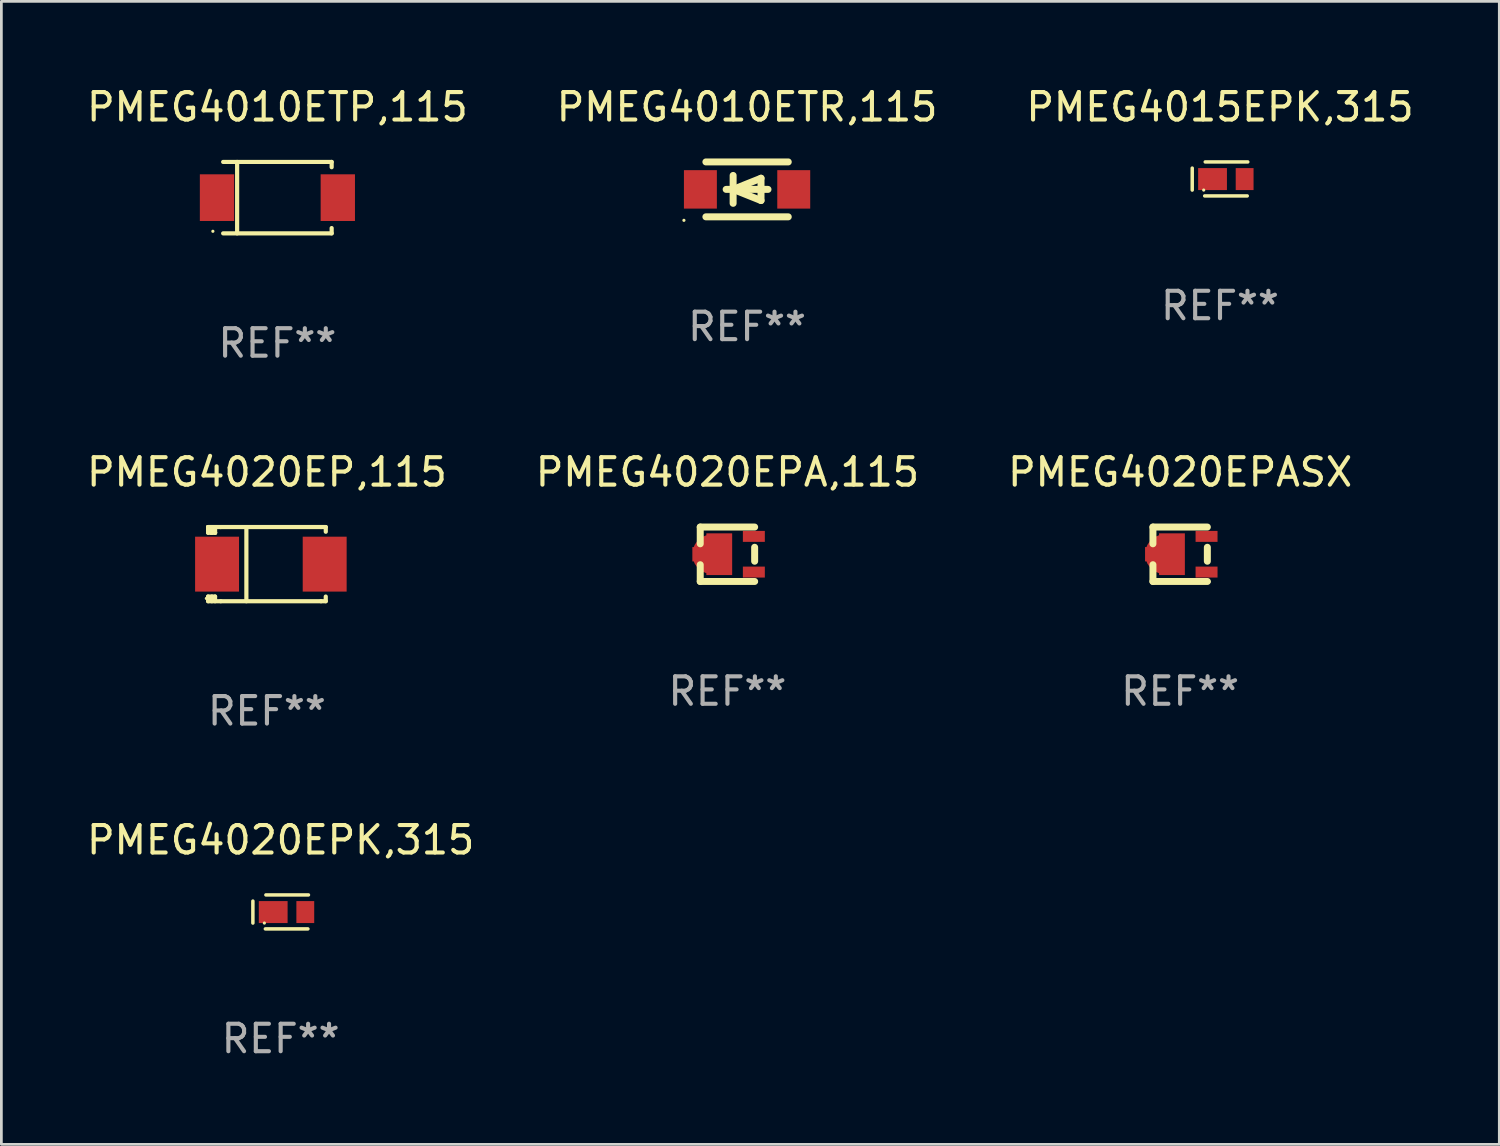
<source format=kicad_pcb>
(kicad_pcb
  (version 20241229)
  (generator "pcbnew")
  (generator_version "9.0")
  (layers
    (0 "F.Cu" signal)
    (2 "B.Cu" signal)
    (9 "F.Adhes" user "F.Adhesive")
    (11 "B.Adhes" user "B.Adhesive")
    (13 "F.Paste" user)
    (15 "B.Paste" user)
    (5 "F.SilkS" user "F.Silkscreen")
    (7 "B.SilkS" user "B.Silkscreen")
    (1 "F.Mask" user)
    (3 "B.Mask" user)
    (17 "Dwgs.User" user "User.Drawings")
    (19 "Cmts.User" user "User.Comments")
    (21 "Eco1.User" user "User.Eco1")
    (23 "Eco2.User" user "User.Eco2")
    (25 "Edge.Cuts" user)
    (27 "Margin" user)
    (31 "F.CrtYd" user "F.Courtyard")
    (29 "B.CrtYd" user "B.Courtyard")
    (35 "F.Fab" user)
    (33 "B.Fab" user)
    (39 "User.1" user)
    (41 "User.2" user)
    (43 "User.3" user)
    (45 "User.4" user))
  (footprint "PMEG4015EPK,315"
    (layer "F.Cu")
    (at 41.387 3.467)
    (property "Reference" "PMEG4015EPK,315" (at 0 -2.619 0) (layer "F.SilkS") (effects (font (size 1 1) (thickness 0.15))))
    (attr through_hole)
    (fp_line (start -1.012 -0.394) (end -1.012 0.406) (stroke (width 0.127) (type solid)) (layer "F.SilkS"))
    (fp_line (start -0.558 0.619) (end 0.992 0.619) (stroke (width 0.127) (type solid)) (layer "F.SilkS"))
    (fp_line (start -0.538 -0.619) (end 1.012 -0.619) (stroke (width 0.127) (type solid)) (layer "F.SilkS"))
    (fp_circle (center -0.594 0.406) (end -0.564 0.406) (stroke (width 0.06) (type solid)) (fill no) (layer "F.SilkS"))
    (fp_text user "REF**" (at 0 4.619 0) (layer "F.Fab") (effects (font (size 1 1) (thickness 0.15))))
    (pad "1" smd rect (at -0.272 0.006) (size 1.049 0.8) (layers "F.Cu" "F.Mask" "F.Paste"))
    (pad "2" smd rect (at 0.897 0.006) (size 0.65 0.8) (layers "F.Cu" "F.Mask" "F.Paste")))
  (footprint "PMEG4020EPASX"
    (layer "F.Cu")
    (at 39.935 17.138)
    (property "Reference" "PMEG4020EPASX" (at 0 -2.991 0) (layer "F.SilkS") (effects (font (size 1 1) (thickness 0.15))))
    (attr through_hole)
    (fp_line (start -0.991 -0.991) (end -0.991 -0.381) (stroke (width 0.254) (type solid)) (layer "F.SilkS"))
    (fp_line (start -0.991 0.381) (end -0.991 0.991) (stroke (width 0.254) (type solid)) (layer "F.SilkS"))
    (fp_line (start -0.991 0.991) (end 0.991 0.991) (stroke (width 0.254) (type solid)) (layer "F.SilkS"))
    (fp_line (start 0.991 -0.991) (end -0.991 -0.991) (stroke (width 0.254) (type solid)) (layer "F.SilkS"))
    (fp_line (start 0.991 -0.254) (end 0.991 0.254) (stroke (width 0.254) (type solid)) (layer "F.SilkS"))
    (fp_circle (center 1.054 0.999) (end 1.084 0.999) (stroke (width 0.06) (type solid)) (fill no) (layer "F.SilkS"))
    (fp_text user "REF**" (at 0 4.991 0) (layer "F.Fab") (effects (font (size 1 1) (thickness 0.15))))
    (pad "1" smd rect (at 0.962 0.649 270) (size 0.399 0.8) (layers "F.Cu" "F.Mask" "F.Paste"))
    (pad "2" smd rect (at 0.962 -0.651 270) (size 0.399 0.8) (layers "F.Cu" "F.Mask" "F.Paste"))
    (pad "3" smd custom (at -0.553 -0.001) (size 1.45 1.52) (layers "F.Cu" "F.Mask" "F.Paste") (options (anchor circle)) (primitives (gr_poly (pts (xy -0.725 -0.26) (xy -0.225 -0.26) (xy -0.215 -0.26) (xy -0.215 -0.76) (xy 0.725 -0.76) (xy 0.725 0.75) (xy 0.725 0.76) (xy -0.205 0.76) (xy -0.215 0.76) (xy -0.215 0.75) (xy -0.215 0.26) (xy -0.725 0.26)) (width 0) (fill yes)))))
  (footprint "PMEG4020EP,115"
    (layer "F.Cu")
    (at 6.673 17.498)
    (property "Reference" "PMEG4020EP,115" (at 0 -3.351 0) (layer "F.SilkS") (effects (font (size 1 1) (thickness 0.15))))
    (attr through_hole)
    (fp_line (start -2.143 -1.351) (end -2.143 -1.27) (stroke (width 0.152) (type solid)) (layer "F.SilkS"))
    (fp_line (start -2.143 -1.351) (end -2.143 -1.143) (stroke (width 0.152) (type solid)) (layer "F.SilkS"))
    (fp_line (start -2.143 -1.27) (end -2.016 -1.27) (stroke (width 0.152) (type solid)) (layer "F.SilkS"))
    (fp_line (start -2.143 -1.18) (end -2.143 -1.351) (stroke (width 0.152) (type solid)) (layer "F.SilkS"))
    (fp_line (start -2.143 -1.143) (end -2.016 -1.143) (stroke (width 0.152) (type solid)) (layer "F.SilkS"))
    (fp_line (start -2.143 1.351) (end -2.143 1.18) (stroke (width 0.152) (type solid)) (layer "F.SilkS"))
    (fp_line (start -2.016 -1.27) (end -2.016 -1.18) (stroke (width 0.152) (type solid)) (layer "F.SilkS"))
    (fp_line (start -2.016 -1.18) (end -1.897 -1.18) (stroke (width 0.152) (type solid)) (layer "F.SilkS"))
    (fp_line (start -2.016 -1.143) (end -2.016 -1.18) (stroke (width 0.152) (type solid)) (layer "F.SilkS"))
    (fp_line (start -2.016 -1.143) (end -2.007 -1.143) (stroke (width 0.152) (type solid)) (layer "F.SilkS"))
    (fp_line (start -2.007 -1.143) (end -2.007 -1.143) (stroke (width 0.152) (type solid)) (layer "F.SilkS"))
    (fp_line (start -2.007 1.18) (end -2.007 1.351) (stroke (width 0.152) (type solid)) (layer "F.SilkS"))
    (fp_line (start -1.89 -1.143) (end -1.89 -1.143) (stroke (width 0.152) (type solid)) (layer "F.SilkS"))
    (fp_line (start -1.89 1.18) (end -2.143 1.18) (stroke (width 0.152) (type solid)) (layer "F.SilkS"))
    (fp_line (start -1.89 1.18) (end -1.89 1.351) (stroke (width 0.152) (type solid)) (layer "F.SilkS"))
    (fp_line (start -1.889 -1.143) (end -2.016 -1.143) (stroke (width 0.152) (type solid)) (layer "F.SilkS"))
    (fp_line (start -1.889 -1.143) (end -1.89 -1.143) (stroke (width 0.152) (type solid)) (layer "F.SilkS"))
    (fp_line (start -1.889 -1.143) (end -1.889 -1.314) (stroke (width 0.152) (type solid)) (layer "F.SilkS"))
    (fp_line (start -1.683 -1.351) (end -2.143 -1.351) (stroke (width 0.152) (type solid)) (layer "F.SilkS"))
    (fp_line (start -1.683 -1.351) (end 1.969 -1.351) (stroke (width 0.152) (type solid)) (layer "F.SilkS"))
    (fp_line (start -1.683 1.351) (end -2.143 1.351) (stroke (width 0.152) (type solid)) (layer "F.SilkS"))
    (fp_line (start -1.683 1.351) (end 1.969 1.351) (stroke (width 0.152) (type solid)) (layer "F.SilkS"))
    (fp_line (start -0.749 -1.351) (end -0.749 1.351) (stroke (width 0.152) (type solid)) (layer "F.SilkS"))
    (fp_line (start 1.969 -1.351) (end 2.143 -1.351) (stroke (width 0.152) (type solid)) (layer "F.SilkS"))
    (fp_line (start 2.142 1.181) (end 2.142 1.351) (stroke (width 0.152) (type solid)) (layer "F.SilkS"))
    (fp_line (start 2.142 1.351) (end 1.969 1.351) (stroke (width 0.152) (type solid)) (layer "F.SilkS"))
    (fp_line (start 2.143 -1.351) (end 2.143 -1.18) (stroke (width 0.152) (type solid)) (layer "F.SilkS"))
    (fp_circle (center -2.207 1.25) (end -2.177 1.25) (stroke (width 0.06) (type solid)) (fill no) (layer "F.SilkS"))
    (fp_text user "REF**" (at 0 5.351 0) (layer "F.Fab") (effects (font (size 1 1) (thickness 0.15))))
    (pad "1" smd rect (at -1.817 0.000102) (size 1.6 2) (layers "F.Cu" "F.Mask" "F.Paste"))
    (pad "2" smd rect (at 2.103 0.000102) (size 1.6 2) (layers "F.Cu" "F.Mask" "F.Paste")))
  (footprint "PMEG4010ETR,115"
    (layer "F.Cu")
    (at 24.161 3.848)
    (property "Reference" "PMEG4010ETR,115" (at 0 -3 0) (layer "F.SilkS") (effects (font (size 1 1) (thickness 0.15))))
    (attr through_hole)
    (fp_line (start -1.5 -1) (end 1.5 -1) (stroke (width 0.254) (type solid)) (layer "F.SilkS"))
    (fp_line (start -1.5 1) (end 1.5 1) (stroke (width 0.254) (type solid)) (layer "F.SilkS"))
    (fp_line (start -0.762 0) (end 0.762 0) (stroke (width 0.254) (type solid)) (layer "F.SilkS"))
    (fp_line (start -0.508 -0.508) (end -0.508 0.508) (stroke (width 0.254) (type solid)) (layer "F.SilkS"))
    (fp_line (start -0.508 0) (end 0.508 -0.406) (stroke (width 0.254) (type solid)) (layer "F.SilkS"))
    (fp_line (start 0.508 -0.406) (end 0.508 0.406) (stroke (width 0.254) (type solid)) (layer "F.SilkS"))
    (fp_line (start 0.508 0.406) (end -0.508 0) (stroke (width 0.254) (type solid)) (layer "F.SilkS"))
    (fp_circle (center -2.3 1.127) (end -2.27 1.127) (stroke (width 0.06) (type solid)) (fill no) (layer "F.SilkS"))
    (fp_text user "REF**" (at 0 5 0) (layer "F.Fab") (effects (font (size 1 1) (thickness 0.15))))
    (pad "1" smd rect (at -1.7 0) (size 1.2 1.4) (layers "F.Cu" "F.Mask" "F.Paste"))
    (pad "2" smd rect (at 1.7 0) (size 1.2 1.4) (layers "F.Cu" "F.Mask" "F.Paste")))
  (footprint "PMEG4020EPK,315"
    (layer "F.Cu")
    (at 7.173 30.165)
    (property "Reference" "PMEG4020EPK,315" (at 0 -2.619 0) (layer "F.SilkS") (effects (font (size 1 1) (thickness 0.15))))
    (attr through_hole)
    (fp_line (start -1.012 -0.394) (end -1.012 0.406) (stroke (width 0.127) (type solid)) (layer "F.SilkS"))
    (fp_line (start -0.558 0.619) (end 0.992 0.619) (stroke (width 0.127) (type solid)) (layer "F.SilkS"))
    (fp_line (start -0.538 -0.619) (end 1.012 -0.619) (stroke (width 0.127) (type solid)) (layer "F.SilkS"))
    (fp_circle (center -0.594 0.406) (end -0.564 0.406) (stroke (width 0.06) (type solid)) (fill no) (layer "F.SilkS"))
    (fp_text user "REF**" (at 0 4.619 0) (layer "F.Fab") (effects (font (size 1 1) (thickness 0.15))))
    (pad "1" smd rect (at -0.272 0.006) (size 1.049 0.8) (layers "F.Cu" "F.Mask" "F.Paste"))
    (pad "2" smd rect (at 0.897 0.006) (size 0.65 0.8) (layers "F.Cu" "F.Mask" "F.Paste")))
  (footprint "PMEG4010ETP,115"
    (layer "F.Cu")
    (at 7.054 4.149)
    (property "Reference" "PMEG4010ETP,115" (at 0 -3.301 0) (layer "F.SilkS") (effects (font (size 1 1) (thickness 0.15))))
    (attr through_hole)
    (fp_line (start -1.976 -1.301) (end 1.976 -1.301) (stroke (width 0.152) (type solid)) (layer "F.SilkS"))
    (fp_line (start -1.976 1.301) (end 1.976 1.301) (stroke (width 0.152) (type solid)) (layer "F.SilkS"))
    (fp_line (start -1.467 -1.301) (end -1.467 1.301) (stroke (width 0.152) (type solid)) (layer "F.SilkS"))
    (fp_line (start 1.976 -1.301) (end 1.976 -1.108) (stroke (width 0.152) (type solid)) (layer "F.SilkS"))
    (fp_line (start 1.976 1.301) (end 1.976 1.108) (stroke (width 0.152) (type solid)) (layer "F.SilkS"))
    (fp_circle (center -2.35 1.225) (end -2.32 1.225) (stroke (width 0.06) (type solid)) (fill no) (layer "F.SilkS"))
    (fp_text user "REF**" (at 0 5.301 0) (layer "F.Fab") (effects (font (size 1 1) (thickness 0.15))))
    (pad "1" smd rect (at -2.2 0 180) (size 1.25 1.7) (layers "F.Cu" "F.Mask" "F.Paste"))
    (pad "2" smd rect (at 2.2 0 180) (size 1.25 1.7) (layers "F.Cu" "F.Mask" "F.Paste")))
  (footprint "PMEG4020EPA,115"
    (layer "F.Cu")
    (at 23.446 17.138)
    (property "Reference" "PMEG4020EPA,115" (at 0 -2.991 0) (layer "F.SilkS") (effects (font (size 1 1) (thickness 0.15))))
    (attr through_hole)
    (fp_line (start -0.991 -0.991) (end -0.991 -0.381) (stroke (width 0.254) (type solid)) (layer "F.SilkS"))
    (fp_line (start -0.991 0.381) (end -0.991 0.991) (stroke (width 0.254) (type solid)) (layer "F.SilkS"))
    (fp_line (start -0.991 0.991) (end 0.991 0.991) (stroke (width 0.254) (type solid)) (layer "F.SilkS"))
    (fp_line (start 0.991 -0.991) (end -0.991 -0.991) (stroke (width 0.254) (type solid)) (layer "F.SilkS"))
    (fp_line (start 0.991 -0.254) (end 0.991 0.254) (stroke (width 0.254) (type solid)) (layer "F.SilkS"))
    (fp_circle (center 1.054 0.999) (end 1.084 0.999) (stroke (width 0.06) (type solid)) (fill no) (layer "F.SilkS"))
    (fp_text user "REF**" (at 0 4.991 0) (layer "F.Fab") (effects (font (size 1 1) (thickness 0.15))))
    (pad "1" smd rect (at 0.962 0.649 270) (size 0.399 0.8) (layers "F.Cu" "F.Mask" "F.Paste"))
    (pad "2" smd rect (at 0.962 -0.651 270) (size 0.399 0.8) (layers "F.Cu" "F.Mask" "F.Paste"))
    (pad "3" smd custom (at -0.553 -0.001) (size 1.45 1.52) (layers "F.Cu" "F.Mask" "F.Paste") (options (anchor circle)) (primitives (gr_poly (pts (xy -0.725 -0.26) (xy -0.225 -0.26) (xy -0.215 -0.26) (xy -0.215 -0.76) (xy 0.725 -0.76) (xy 0.725 0.75) (xy 0.725 0.76) (xy -0.205 0.76) (xy -0.215 0.76) (xy -0.215 0.75) (xy -0.215 0.26) (xy -0.725 0.26)) (width 0) (fill yes)))))
  (gr_rect
    (start -3 -3)
    (end 51.56 38.632)
    (stroke (width 0.1) (type default))
    (fill no)
    (layer "Edge.Cuts")))
</source>
